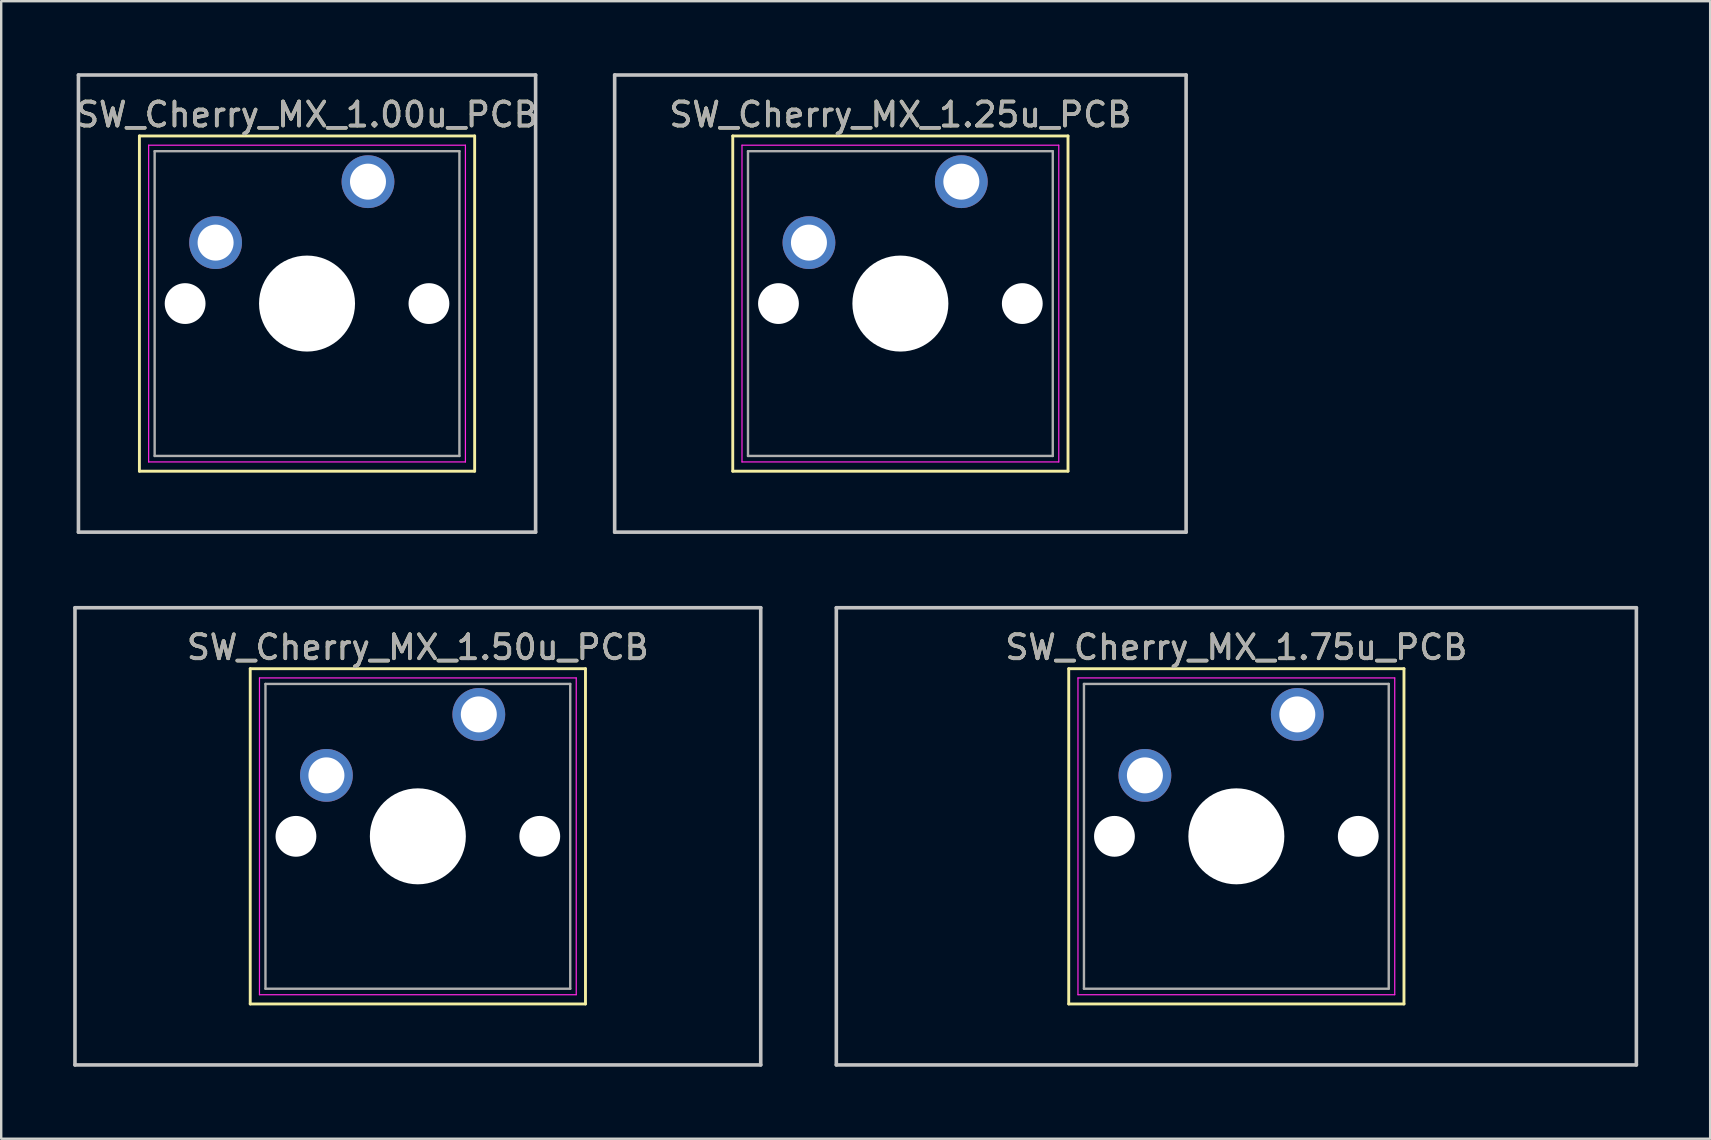
<source format=kicad_pcb>
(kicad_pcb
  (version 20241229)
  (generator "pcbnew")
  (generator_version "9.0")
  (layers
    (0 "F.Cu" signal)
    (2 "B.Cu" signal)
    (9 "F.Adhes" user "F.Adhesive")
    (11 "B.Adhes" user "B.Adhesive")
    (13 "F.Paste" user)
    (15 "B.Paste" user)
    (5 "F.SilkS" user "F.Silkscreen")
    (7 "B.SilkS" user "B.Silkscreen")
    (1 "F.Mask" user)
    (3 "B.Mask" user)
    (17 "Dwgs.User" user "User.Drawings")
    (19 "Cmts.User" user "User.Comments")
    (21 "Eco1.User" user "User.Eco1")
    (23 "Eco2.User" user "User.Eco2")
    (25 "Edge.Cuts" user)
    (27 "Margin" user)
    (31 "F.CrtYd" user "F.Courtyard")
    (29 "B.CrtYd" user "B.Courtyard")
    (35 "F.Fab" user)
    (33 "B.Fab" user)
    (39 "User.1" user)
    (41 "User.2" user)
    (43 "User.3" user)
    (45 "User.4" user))
  (footprint "SW_Cherry_MX_1.50u_PCB"
    (layer "F.Cu")
    (at 16.902 26.72)
    (property "Reference" "SW_Cherry_MX_1.50u_PCB" (at -2.54 -2.794 0) (layer "F.SilkS") (effects (font (size 1 1) (thickness 0.15))))
    (attr through_hole)
    (fp_line (start -9.525 -1.905) (end 4.445 -1.905) (stroke (width 0.12) (type solid)) (layer "F.SilkS"))
    (fp_line (start -9.525 12.065) (end -9.525 -1.905) (stroke (width 0.12) (type solid)) (layer "F.SilkS"))
    (fp_line (start 4.445 -1.905) (end 4.445 12.065) (stroke (width 0.12) (type solid)) (layer "F.SilkS"))
    (fp_line (start 4.445 12.065) (end -9.525 12.065) (stroke (width 0.12) (type solid)) (layer "F.SilkS"))
    (fp_line (start -16.828 -4.445) (end 11.748 -4.445) (stroke (width 0.15) (type solid)) (layer "Dwgs.User"))
    (fp_line (start -16.828 14.605) (end -16.828 -4.445) (stroke (width 0.15) (type solid)) (layer "Dwgs.User"))
    (fp_line (start 11.748 -4.445) (end 11.748 14.605) (stroke (width 0.15) (type solid)) (layer "Dwgs.User"))
    (fp_line (start 11.748 14.605) (end -16.828 14.605) (stroke (width 0.15) (type solid)) (layer "Dwgs.User"))
    (fp_line (start -9.14 -1.52) (end 4.06 -1.52) (stroke (width 0.05) (type solid)) (layer "F.CrtYd"))
    (fp_line (start -9.14 11.68) (end -9.14 -1.52) (stroke (width 0.05) (type solid)) (layer "F.CrtYd"))
    (fp_line (start 4.06 -1.52) (end 4.06 11.68) (stroke (width 0.05) (type solid)) (layer "F.CrtYd"))
    (fp_line (start 4.06 11.68) (end -9.14 11.68) (stroke (width 0.05) (type solid)) (layer "F.CrtYd"))
    (fp_line (start -8.89 -1.27) (end 3.81 -1.27) (stroke (width 0.1) (type solid)) (layer "F.Fab"))
    (fp_line (start -8.89 11.43) (end -8.89 -1.27) (stroke (width 0.1) (type solid)) (layer "F.Fab"))
    (fp_line (start 3.81 -1.27) (end 3.81 11.43) (stroke (width 0.1) (type solid)) (layer "F.Fab"))
    (fp_line (start 3.81 11.43) (end -8.89 11.43) (stroke (width 0.1) (type solid)) (layer "F.Fab"))
    (fp_text user "${REFERENCE}" (at -2.54 -2.794 0) (layer "F.Fab") (effects (font (size 1 1) (thickness 0.15))))
    (pad "" np_thru_hole circle (at -7.62 5.08) (size 1.7 1.7) (drill 1.7) (layers "*.Cu" "*.Mask"))
    (pad "" np_thru_hole circle (at -2.54 5.08) (size 4 4) (drill 4) (layers "*.Cu" "*.Mask"))
    (pad "" np_thru_hole circle (at 2.54 5.08) (size 1.7 1.7) (drill 1.7) (layers "*.Cu" "*.Mask"))
    (pad "1" thru_hole circle (at -6.35 2.54) (size 2.2 2.2) (drill 1.5) (layers "*.Cu" "*.Mask"))
    (pad "2" thru_hole circle (at 0 0) (size 2.2 2.2) (drill 1.5) (layers "*.Cu" "*.Mask")))
  (footprint "SW_Cherry_MX_1.75u_PCB"
    (layer "F.Cu")
    (at 51.009 26.72)
    (property "Reference" "SW_Cherry_MX_1.75u_PCB" (at -2.54 -2.794 0) (layer "F.SilkS") (effects (font (size 1 1) (thickness 0.15))))
    (attr through_hole)
    (fp_line (start -9.525 -1.905) (end 4.445 -1.905) (stroke (width 0.12) (type solid)) (layer "F.SilkS"))
    (fp_line (start -9.525 12.065) (end -9.525 -1.905) (stroke (width 0.12) (type solid)) (layer "F.SilkS"))
    (fp_line (start 4.445 -1.905) (end 4.445 12.065) (stroke (width 0.12) (type solid)) (layer "F.SilkS"))
    (fp_line (start 4.445 12.065) (end -9.525 12.065) (stroke (width 0.12) (type solid)) (layer "F.SilkS"))
    (fp_line (start -19.209 -4.445) (end 14.129 -4.445) (stroke (width 0.15) (type solid)) (layer "Dwgs.User"))
    (fp_line (start -19.209 14.605) (end -19.209 -4.445) (stroke (width 0.15) (type solid)) (layer "Dwgs.User"))
    (fp_line (start 14.129 -4.445) (end 14.129 14.605) (stroke (width 0.15) (type solid)) (layer "Dwgs.User"))
    (fp_line (start 14.129 14.605) (end -19.209 14.605) (stroke (width 0.15) (type solid)) (layer "Dwgs.User"))
    (fp_line (start -9.14 -1.52) (end 4.06 -1.52) (stroke (width 0.05) (type solid)) (layer "F.CrtYd"))
    (fp_line (start -9.14 11.68) (end -9.14 -1.52) (stroke (width 0.05) (type solid)) (layer "F.CrtYd"))
    (fp_line (start 4.06 -1.52) (end 4.06 11.68) (stroke (width 0.05) (type solid)) (layer "F.CrtYd"))
    (fp_line (start 4.06 11.68) (end -9.14 11.68) (stroke (width 0.05) (type solid)) (layer "F.CrtYd"))
    (fp_line (start -8.89 -1.27) (end 3.81 -1.27) (stroke (width 0.1) (type solid)) (layer "F.Fab"))
    (fp_line (start -8.89 11.43) (end -8.89 -1.27) (stroke (width 0.1) (type solid)) (layer "F.Fab"))
    (fp_line (start 3.81 -1.27) (end 3.81 11.43) (stroke (width 0.1) (type solid)) (layer "F.Fab"))
    (fp_line (start 3.81 11.43) (end -8.89 11.43) (stroke (width 0.1) (type solid)) (layer "F.Fab"))
    (fp_text user "${REFERENCE}" (at -2.54 -2.794 0) (layer "F.Fab") (effects (font (size 1 1) (thickness 0.15))))
    (pad "" np_thru_hole circle (at -7.62 5.08) (size 1.7 1.7) (drill 1.7) (layers "*.Cu" "*.Mask"))
    (pad "" np_thru_hole circle (at -2.54 5.08) (size 4 4) (drill 4) (layers "*.Cu" "*.Mask"))
    (pad "" np_thru_hole circle (at 2.54 5.08) (size 1.7 1.7) (drill 1.7) (layers "*.Cu" "*.Mask"))
    (pad "1" thru_hole circle (at -6.35 2.54) (size 2.2 2.2) (drill 1.5) (layers "*.Cu" "*.Mask"))
    (pad "2" thru_hole circle (at 0 0) (size 2.2 2.2) (drill 1.5) (layers "*.Cu" "*.Mask")))
  (footprint "SW_Cherry_MX_1.00u_PCB"
    (layer "F.Cu")
    (at 12.284 4.52)
    (property "Reference" "SW_Cherry_MX_1.00u_PCB" (at -2.54 -2.794 0) (layer "F.SilkS") (effects (font (size 1 1) (thickness 0.15))))
    (attr through_hole)
    (fp_line (start -9.525 -1.905) (end 4.445 -1.905) (stroke (width 0.12) (type solid)) (layer "F.SilkS"))
    (fp_line (start -9.525 12.065) (end -9.525 -1.905) (stroke (width 0.12) (type solid)) (layer "F.SilkS"))
    (fp_line (start 4.445 -1.905) (end 4.445 12.065) (stroke (width 0.12) (type solid)) (layer "F.SilkS"))
    (fp_line (start 4.445 12.065) (end -9.525 12.065) (stroke (width 0.12) (type solid)) (layer "F.SilkS"))
    (fp_line (start -12.065 -4.445) (end 6.985 -4.445) (stroke (width 0.15) (type solid)) (layer "Dwgs.User"))
    (fp_line (start -12.065 14.605) (end -12.065 -4.445) (stroke (width 0.15) (type solid)) (layer "Dwgs.User"))
    (fp_line (start 6.985 -4.445) (end 6.985 14.605) (stroke (width 0.15) (type solid)) (layer "Dwgs.User"))
    (fp_line (start 6.985 14.605) (end -12.065 14.605) (stroke (width 0.15) (type solid)) (layer "Dwgs.User"))
    (fp_line (start -9.14 -1.52) (end 4.06 -1.52) (stroke (width 0.05) (type solid)) (layer "F.CrtYd"))
    (fp_line (start -9.14 11.68) (end -9.14 -1.52) (stroke (width 0.05) (type solid)) (layer "F.CrtYd"))
    (fp_line (start 4.06 -1.52) (end 4.06 11.68) (stroke (width 0.05) (type solid)) (layer "F.CrtYd"))
    (fp_line (start 4.06 11.68) (end -9.14 11.68) (stroke (width 0.05) (type solid)) (layer "F.CrtYd"))
    (fp_line (start -8.89 -1.27) (end 3.81 -1.27) (stroke (width 0.1) (type solid)) (layer "F.Fab"))
    (fp_line (start -8.89 11.43) (end -8.89 -1.27) (stroke (width 0.1) (type solid)) (layer "F.Fab"))
    (fp_line (start 3.81 -1.27) (end 3.81 11.43) (stroke (width 0.1) (type solid)) (layer "F.Fab"))
    (fp_line (start 3.81 11.43) (end -8.89 11.43) (stroke (width 0.1) (type solid)) (layer "F.Fab"))
    (fp_text user "${REFERENCE}" (at -2.54 -2.794 0) (layer "F.Fab") (effects (font (size 1 1) (thickness 0.15))))
    (pad "" np_thru_hole circle (at -7.62 5.08) (size 1.7 1.7) (drill 1.7) (layers "*.Cu" "*.Mask"))
    (pad "" np_thru_hole circle (at -2.54 5.08) (size 4 4) (drill 4) (layers "*.Cu" "*.Mask"))
    (pad "" np_thru_hole circle (at 2.54 5.08) (size 1.7 1.7) (drill 1.7) (layers "*.Cu" "*.Mask"))
    (pad "1" thru_hole circle (at -6.35 2.54) (size 2.2 2.2) (drill 1.5) (layers "*.Cu" "*.Mask"))
    (pad "2" thru_hole circle (at 0 0) (size 2.2 2.2) (drill 1.5) (layers "*.Cu" "*.Mask")))
  (footprint "SW_Cherry_MX_1.25u_PCB"
    (layer "F.Cu")
    (at 37.009 4.52)
    (property "Reference" "SW_Cherry_MX_1.25u_PCB" (at -2.54 -2.794 0) (layer "F.SilkS") (effects (font (size 1 1) (thickness 0.15))))
    (attr through_hole)
    (fp_line (start -9.525 -1.905) (end 4.445 -1.905) (stroke (width 0.12) (type solid)) (layer "F.SilkS"))
    (fp_line (start -9.525 12.065) (end -9.525 -1.905) (stroke (width 0.12) (type solid)) (layer "F.SilkS"))
    (fp_line (start 4.445 -1.905) (end 4.445 12.065) (stroke (width 0.12) (type solid)) (layer "F.SilkS"))
    (fp_line (start 4.445 12.065) (end -9.525 12.065) (stroke (width 0.12) (type solid)) (layer "F.SilkS"))
    (fp_line (start -14.446 -4.445) (end 9.366 -4.445) (stroke (width 0.15) (type solid)) (layer "Dwgs.User"))
    (fp_line (start -14.446 14.605) (end -14.446 -4.445) (stroke (width 0.15) (type solid)) (layer "Dwgs.User"))
    (fp_line (start 9.366 -4.445) (end 9.366 14.605) (stroke (width 0.15) (type solid)) (layer "Dwgs.User"))
    (fp_line (start 9.366 14.605) (end -14.446 14.605) (stroke (width 0.15) (type solid)) (layer "Dwgs.User"))
    (fp_line (start -9.14 -1.52) (end 4.06 -1.52) (stroke (width 0.05) (type solid)) (layer "F.CrtYd"))
    (fp_line (start -9.14 11.68) (end -9.14 -1.52) (stroke (width 0.05) (type solid)) (layer "F.CrtYd"))
    (fp_line (start 4.06 -1.52) (end 4.06 11.68) (stroke (width 0.05) (type solid)) (layer "F.CrtYd"))
    (fp_line (start 4.06 11.68) (end -9.14 11.68) (stroke (width 0.05) (type solid)) (layer "F.CrtYd"))
    (fp_line (start -8.89 -1.27) (end 3.81 -1.27) (stroke (width 0.1) (type solid)) (layer "F.Fab"))
    (fp_line (start -8.89 11.43) (end -8.89 -1.27) (stroke (width 0.1) (type solid)) (layer "F.Fab"))
    (fp_line (start 3.81 -1.27) (end 3.81 11.43) (stroke (width 0.1) (type solid)) (layer "F.Fab"))
    (fp_line (start 3.81 11.43) (end -8.89 11.43) (stroke (width 0.1) (type solid)) (layer "F.Fab"))
    (fp_text user "${REFERENCE}" (at -2.54 -2.794 0) (layer "F.Fab") (effects (font (size 1 1) (thickness 0.15))))
    (pad "" np_thru_hole circle (at -7.62 5.08) (size 1.7 1.7) (drill 1.7) (layers "*.Cu" "*.Mask"))
    (pad "" np_thru_hole circle (at -2.54 5.08) (size 4 4) (drill 4) (layers "*.Cu" "*.Mask"))
    (pad "" np_thru_hole circle (at 2.54 5.08) (size 1.7 1.7) (drill 1.7) (layers "*.Cu" "*.Mask"))
    (pad "1" thru_hole circle (at -6.35 2.54) (size 2.2 2.2) (drill 1.5) (layers "*.Cu" "*.Mask"))
    (pad "2" thru_hole circle (at 0 0) (size 2.2 2.2) (drill 1.5) (layers "*.Cu" "*.Mask")))
  (gr_rect
    (start -3 -3)
    (end 68.213 44.4)
    (stroke (width 0.1) (type default))
    (fill no)
    (layer "Edge.Cuts")))
</source>
